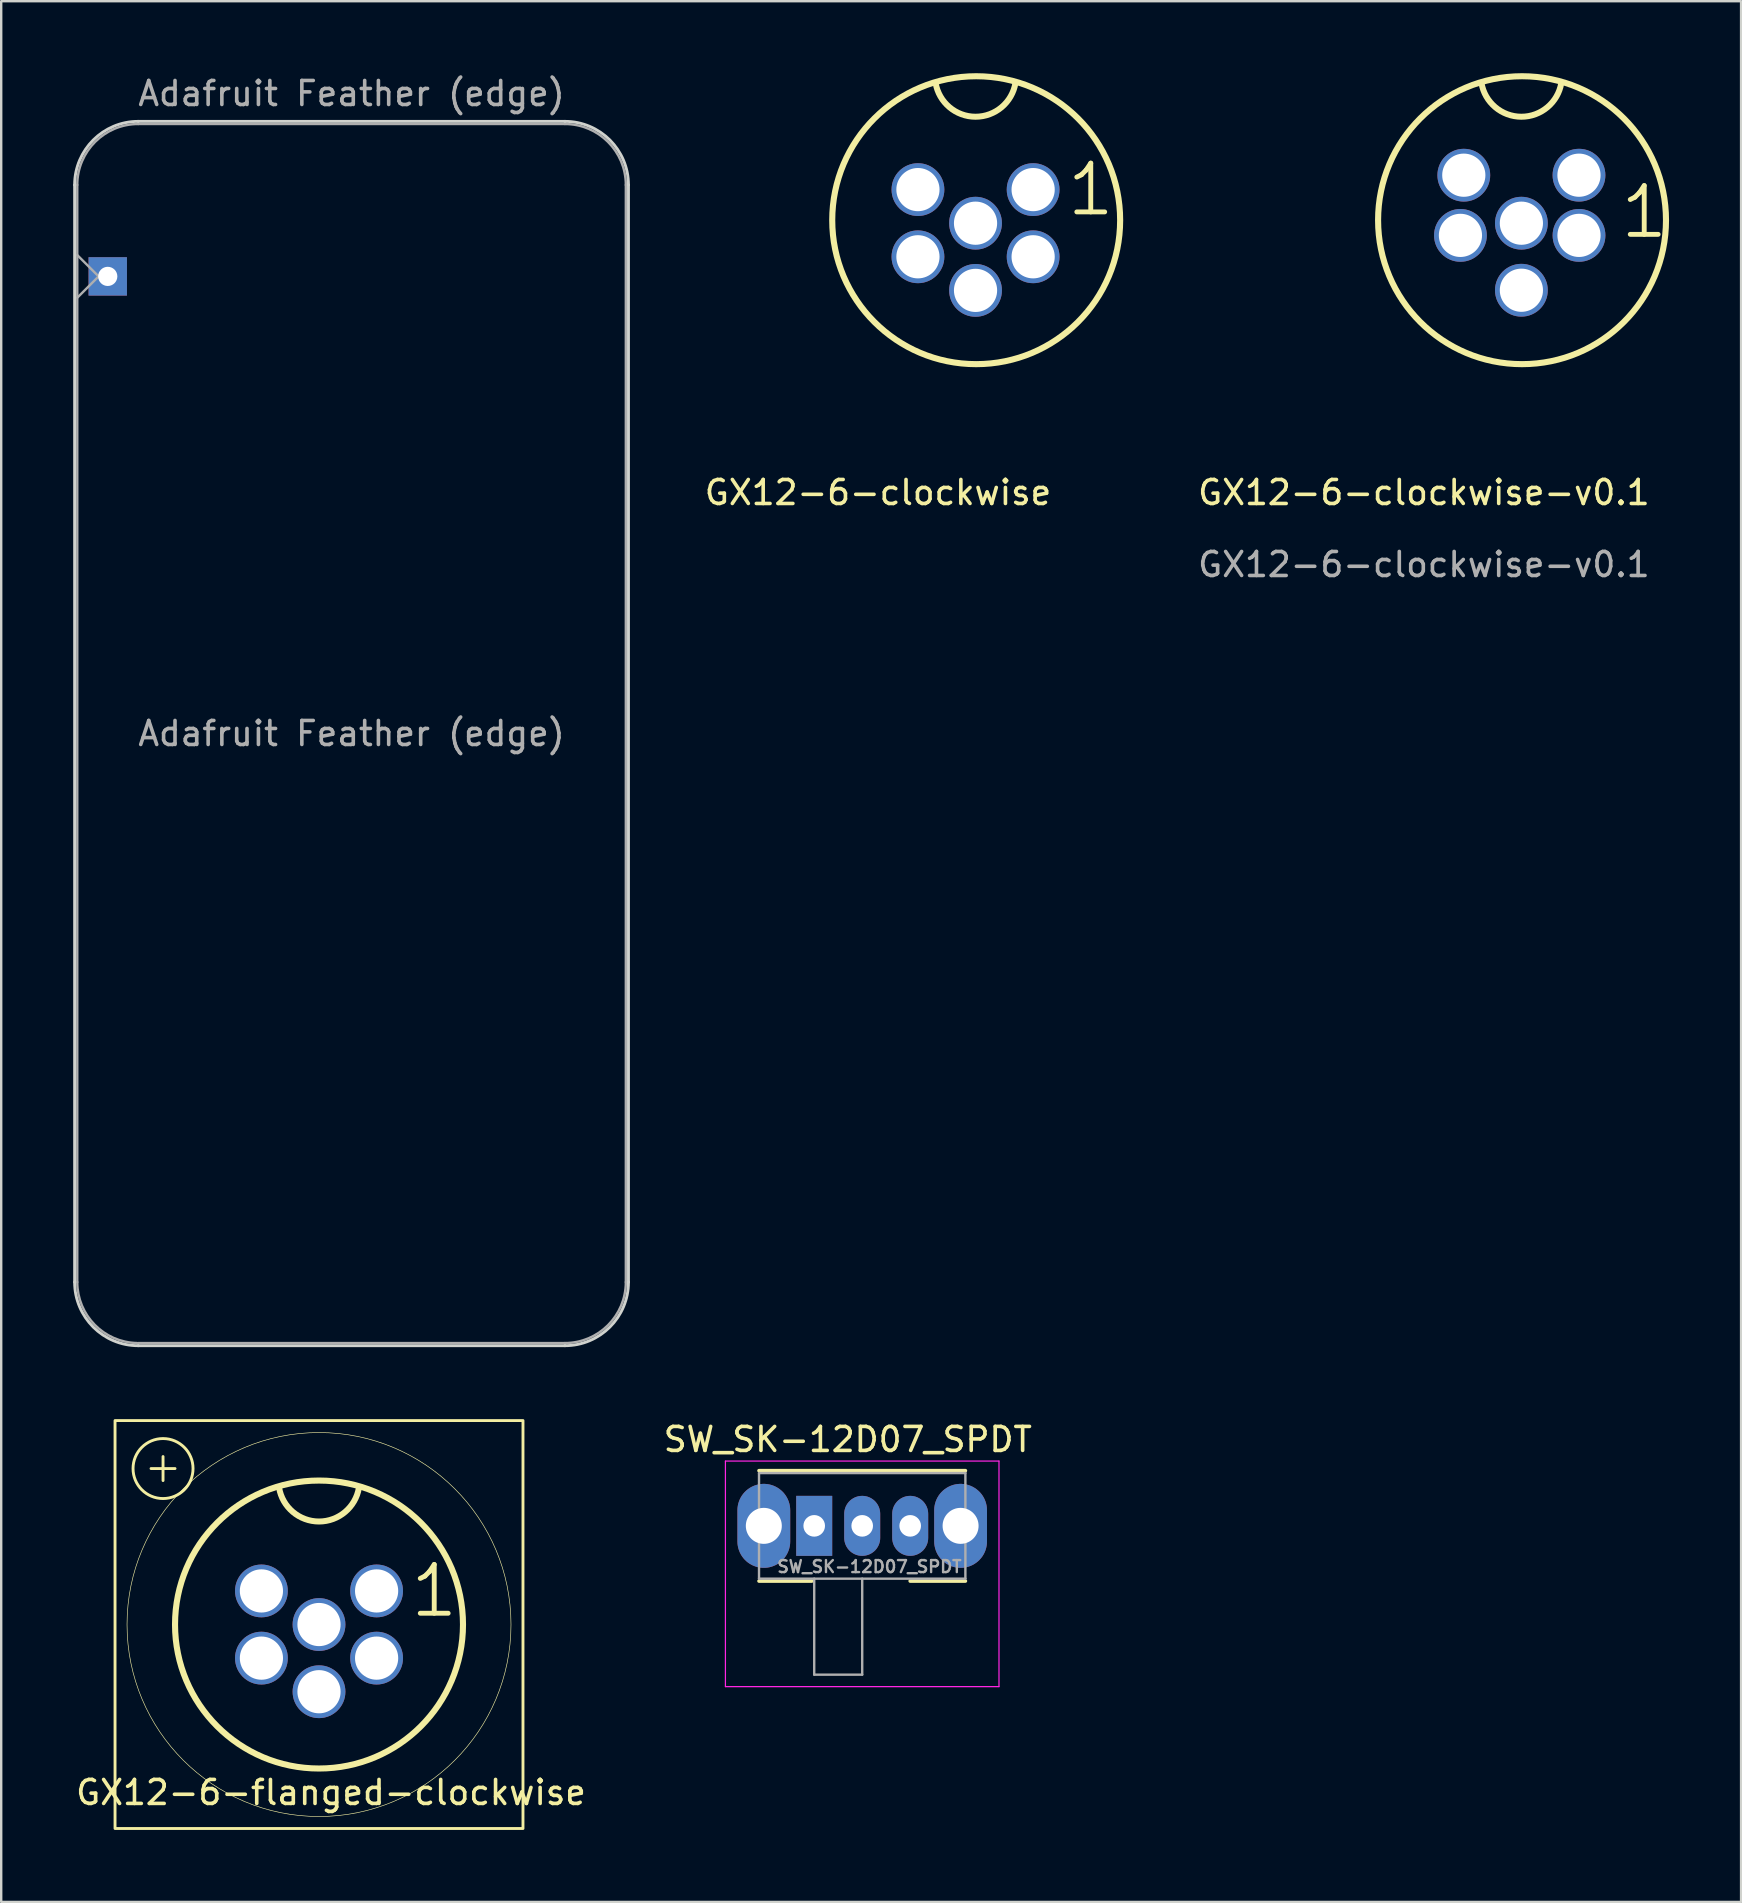
<source format=kicad_pcb>
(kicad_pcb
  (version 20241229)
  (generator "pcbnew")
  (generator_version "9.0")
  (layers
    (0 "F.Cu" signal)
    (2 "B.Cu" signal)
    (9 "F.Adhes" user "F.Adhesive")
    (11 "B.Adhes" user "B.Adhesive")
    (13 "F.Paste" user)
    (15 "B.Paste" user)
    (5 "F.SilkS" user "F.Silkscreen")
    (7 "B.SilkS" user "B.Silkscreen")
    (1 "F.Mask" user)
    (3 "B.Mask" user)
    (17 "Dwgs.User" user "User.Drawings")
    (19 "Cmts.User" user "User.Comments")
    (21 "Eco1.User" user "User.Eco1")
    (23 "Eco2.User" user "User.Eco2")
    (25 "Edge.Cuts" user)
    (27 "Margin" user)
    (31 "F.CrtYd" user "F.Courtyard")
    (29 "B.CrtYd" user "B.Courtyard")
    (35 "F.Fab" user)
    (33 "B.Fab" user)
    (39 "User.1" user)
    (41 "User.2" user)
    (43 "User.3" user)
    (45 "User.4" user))
  (footprint "GX12-6-clockwise"
    (layer "F.Cu")
    (at 37.603 6.251)
    (property "Reference" "GX12-6-clockwise" (at -4.064 11.224 0) (unlocked yes) (layer "F.SilkS") (effects (font (size 1 1) (thickness 0.15))))
    (fp_arc (start 1.663 -5.842) (mid -0.001362 -4.436427) (end -1.663452 -5.844687) (stroke (width 0.25) (type solid)) (layer "F.SilkS"))
    (fp_circle (center 0.027 -0.125) (end 6.026 -0.125) (stroke (width 0.254) (type solid)) (fill no) (layer "F.SilkS"))
    (fp_text user "1" (at 3.7 -1.4 0) (layer "F.SilkS") (effects (font (size 2.032 2.032) (thickness 0.203)) (justify left)))
    (pad "1" thru_hole circle (at 2.4 -1.4) (size 2.2 2.2) (drill 1.8) (layers "*.Cu" "*.Mask"))
    (pad "2" thru_hole circle (at 2.4 1.4) (size 2.2 2.2) (drill 1.8) (layers "*.Cu" "*.Mask"))
    (pad "3" thru_hole circle (at 0 2.8) (size 2.2 2.2) (drill 1.8) (layers "*.Cu" "*.Mask"))
    (pad "4" thru_hole circle (at -2.4 1.4) (size 2.2 2.2) (drill 1.8) (layers "*.Cu" "*.Mask"))
    (pad "5" thru_hole circle (at -2.4 -1.4) (size 2.2 2.2) (drill 1.8) (layers "*.Cu" "*.Mask"))
    (pad "6" thru_hole circle (at 0 0) (size 2.2 2.2) (drill 1.8) (layers "*.Cu" "*.Mask")))
  (footprint "GX12-6-clockwise-v0.1"
    (layer "F.Cu")
    (at 60.35 6.251)
    (property "Reference" "GX12-6-clockwise-v0.1" (at -4.064 11.224 0) (unlocked yes) (layer "F.SilkS") (effects (font (size 1 1) (thickness 0.15))))
    (fp_arc (start 1.663 -5.842) (mid -0.001362 -4.436427) (end -1.663452 -5.844687) (stroke (width 0.25) (type solid)) (layer "F.SilkS"))
    (fp_circle (center 0.027 -0.125) (end 6.026 -0.125) (stroke (width 0.254) (type solid)) (fill no) (layer "F.SilkS"))
    (fp_text user "1" (at 4.017 -0.465 0) (layer "F.SilkS") (effects (font (size 2.032 2.032) (thickness 0.203)) (justify left)))
    (fp_text user "${REFERENCE}" (at -4.064 14.224 0) (unlocked yes) (layer "F.Fab") (effects (font (size 1 1) (thickness 0.15))))
    (pad "1" thru_hole circle (at 2.4 -2) (size 2.2 2.2) (drill 1.8) (layers "*.Cu" "*.Mask"))
    (pad "2" thru_hole circle (at 2.401 0.508) (size 2.2 2.2) (drill 1.8) (layers "*.Cu" "*.Mask"))
    (pad "3" thru_hole circle (at 0 2.794) (size 2.2 2.2) (drill 1.8) (layers "*.Cu" "*.Mask"))
    (pad "4" thru_hole circle (at -2.54 0.508) (size 2.2 2.2) (drill 1.8) (layers "*.Cu" "*.Mask"))
    (pad "5" thru_hole circle (at -2.4 -2) (size 2.2 2.2) (drill 1.8) (layers "*.Cu" "*.Mask"))
    (pad "6" thru_hole circle (at 0 0) (size 2.2 2.2) (drill 1.8) (layers "*.Cu" "*.Mask")))
  (footprint "GX12-6-flanged-clockwise"
    (layer "F.Cu")
    (at 10.244 64.648)
    (property "Reference" "GX12-6-flanged-clockwise" (at 0.5 7 0) (unlocked yes) (layer "F.SilkS") (effects (font (size 1 1) (thickness 0.15))))
    (fp_line (start -6.5 -6.5) (end -7 -6.5) (stroke (width 0.12) (type solid)) (layer "F.SilkS"))
    (fp_line (start -6.5 -6.5) (end -6.5 -7) (stroke (width 0.12) (type solid)) (layer "F.SilkS"))
    (fp_line (start -6.5 -6.5) (end -6.5 -6) (stroke (width 0.12) (type solid)) (layer "F.SilkS"))
    (fp_line (start -6.5 -6.5) (end -6 -6.5) (stroke (width 0.12) (type solid)) (layer "F.SilkS"))
    (fp_rect (start -8.5 -8.5) (end 8.5 8.5) (stroke (width 0.12) (type solid)) (fill no) (layer "F.SilkS"))
    (fp_arc (start 1.663 -5.7) (mid -0.000226 -4.293083) (end -1.663452 -5.7) (stroke (width 0.25) (type solid)) (layer "F.SilkS"))
    (fp_circle (center -6.5 -6.5) (end -5.25 -6.5) (stroke (width 0.12) (type solid)) (fill no) (layer "F.SilkS"))
    (fp_circle (center 0 0) (end 6 0) (stroke (width 0.254) (type solid)) (fill no) (layer "F.SilkS"))
    (fp_circle (center 0 0) (end 8 0) (stroke (width 0.025) (type solid)) (fill no) (layer "F.SilkS"))
    (fp_text user "1" (at 3.7 -1.4 0) (layer "F.SilkS") (effects (font (size 2.032 2.032) (thickness 0.203)) (justify left)))
    (pad "1" thru_hole circle (at 2.4 -1.4) (size 2.2 2.2) (drill 1.8) (layers "*.Cu" "*.Mask"))
    (pad "2" thru_hole circle (at 2.4 1.4) (size 2.2 2.2) (drill 1.8) (layers "*.Cu" "*.Mask"))
    (pad "3" thru_hole circle (at 0 2.8) (size 2.2 2.2) (drill 1.8) (layers "*.Cu" "*.Mask"))
    (pad "4" thru_hole circle (at -2.4 1.4) (size 2.2 2.2) (drill 1.8) (layers "*.Cu" "*.Mask"))
    (pad "5" thru_hole circle (at -2.4 -1.4) (size 2.2 2.2) (drill 1.8) (layers "*.Cu" "*.Mask"))
    (pad "6" thru_hole circle (at 0 0) (size 2.2 2.2) (drill 1.8) (layers "*.Cu" "*.Mask")))
  (footprint "Adafruit Feather (edge)"
    (layer "F.Cu")
    (at 1.44 8.468)
    (property "Reference" "Adafruit Feather (edge)" (at 10.16 -7.62 0) (layer "F.Fab") (effects (font (size 1 1) (thickness 0.15))))
    (attr through_hole)
    (fp_line (start -1.38 -3.81) (end -1.38 41.91) (stroke (width 0.12) (type solid)) (layer "Edge.Cuts"))
    (fp_line (start 19.05 -6.46) (end 1.27 -6.46) (stroke (width 0.12) (type solid)) (layer "Edge.Cuts"))
    (fp_line (start 19.05 44.56) (end 1.27 44.56) (stroke (width 0.12) (type solid)) (layer "Edge.Cuts"))
    (fp_line (start 21.7 -3.81) (end 21.7 41.91) (stroke (width 0.12) (type solid)) (layer "Edge.Cuts"))
    (fp_arc (start -1.38 -3.81) (mid -0.603833 -5.683833) (end 1.27 -6.46) (stroke (width 0.12) (type solid)) (layer "Edge.Cuts"))
    (fp_arc (start 1.27 44.56) (mid -0.603833 43.783833) (end -1.38 41.91) (stroke (width 0.12) (type solid)) (layer "Edge.Cuts"))
    (fp_arc (start 19.05 -6.46) (mid 20.923833 -5.683833) (end 21.7 -3.81) (stroke (width 0.12) (type solid)) (layer "Edge.Cuts"))
    (fp_arc (start 21.7 41.91) (mid 20.923833 43.783833) (end 19.05 44.56) (stroke (width 0.12) (type solid)) (layer "Edge.Cuts"))
    (fp_line (start -1.27 -3.81) (end -1.27 41.91) (stroke (width 0.1) (type solid)) (layer "F.Fab"))
    (fp_line (start -1.27 -0.889) (end -0.381 0) (stroke (width 0.1) (type solid)) (layer "F.Fab"))
    (fp_line (start -0.381 0) (end -1.27 0.889) (stroke (width 0.1) (type solid)) (layer "F.Fab"))
    (fp_line (start 1.27 44.45) (end 19.05 44.45) (stroke (width 0.1) (type solid)) (layer "F.Fab"))
    (fp_line (start 19.05 -6.35) (end 1.27 -6.35) (stroke (width 0.1) (type solid)) (layer "F.Fab"))
    (fp_line (start 21.59 41.91) (end 21.59 -3.81) (stroke (width 0.1) (type solid)) (layer "F.Fab"))
    (fp_arc (start -1.27 -3.81) (mid -0.526051 -5.606051) (end 1.27 -6.35) (stroke (width 0.1) (type solid)) (layer "F.Fab"))
    (fp_arc (start 1.221238 44.449532) (mid -0.543209 43.688728) (end -1.27 41.91) (stroke (width 0.1) (type solid)) (layer "F.Fab"))
    (fp_arc (start 19.05 -6.35) (mid 20.846051 -5.606051) (end 21.59 -3.81) (stroke (width 0.1) (type solid)) (layer "F.Fab"))
    (fp_arc (start 21.59 41.91) (mid 20.846051 43.706051) (end 19.05 44.45) (stroke (width 0.1) (type solid)) (layer "F.Fab"))
    (fp_text user "${REFERENCE}" (at 10.16 19.05 180) (layer "F.Fab") (effects (font (size 1 1) (thickness 0.15))))
    (pad "" thru_hole rect (at 0 0 180) (size 1.6 1.6) (drill 0.8) (layers "*.Mask")))
  (footprint "SW_SK-12D07_SPDT"
    (layer "F.Cu")
    (at 30.88 60.536)
    (property "Reference" "SW_SK-12D07_SPDT" (at 1.4 -3.6 0) (layer "F.SilkS") (effects (font (size 1 1) (thickness 0.15))))
    (attr through_hole)
    (fp_line (start -2.3 -2.3) (end 6.3 -2.3) (stroke (width 0.15) (type solid)) (layer "F.SilkS"))
    (fp_line (start -2.3 2.3) (end -0.1 2.3) (stroke (width 0.15) (type solid)) (layer "F.SilkS"))
    (fp_line (start 4 2.3) (end 6.3 2.3) (stroke (width 0.15) (type solid)) (layer "F.SilkS"))
    (fp_line (start -3.7 -2.7) (end 7.7 -2.7) (stroke (width 0.05) (type solid)) (layer "F.CrtYd"))
    (fp_line (start -3.7 6.7) (end -3.7 -2.7) (stroke (width 0.05) (type solid)) (layer "F.CrtYd"))
    (fp_line (start 7.7 -2.7) (end 7.7 6.7) (stroke (width 0.05) (type solid)) (layer "F.CrtYd"))
    (fp_line (start 7.7 6.7) (end -3.7 6.7) (stroke (width 0.05) (type solid)) (layer "F.CrtYd"))
    (fp_line (start -2.3 -2.2) (end -2.3 2.2) (stroke (width 0.1) (type solid)) (layer "F.Fab"))
    (fp_line (start -2.3 -2.2) (end 6.3 -2.2) (stroke (width 0.1) (type solid)) (layer "F.Fab"))
    (fp_line (start -2.3 2.2) (end 6.3 2.2) (stroke (width 0.1) (type solid)) (layer "F.Fab"))
    (fp_line (start 0 6.2) (end 0 2.2) (stroke (width 0.1) (type solid)) (layer "F.Fab"))
    (fp_line (start 2 2.2) (end 2 6.2) (stroke (width 0.1) (type solid)) (layer "F.Fab"))
    (fp_line (start 2 6.2) (end 0 6.2) (stroke (width 0.1) (type solid)) (layer "F.Fab"))
    (fp_line (start 6.3 2.2) (end 6.3 -2.2) (stroke (width 0.1) (type solid)) (layer "F.Fab"))
    (fp_text user "${REFERENCE}" (at 2.3 1.7 0) (layer "F.Fab") (effects (font (size 0.5 0.5) (thickness 0.1))))
    (pad "" thru_hole oval (at -2.1 0) (size 2.2 3.5) (drill 1.5) (layers "*.Cu" "*.Mask"))
    (pad "" thru_hole oval (at 6.1 0) (size 2.2 3.5) (drill 1.5) (layers "*.Cu" "*.Mask"))
    (pad "1" thru_hole rect (at 0 0) (size 1.5 2.5) (drill 0.9) (layers "*.Cu" "*.Mask"))
    (pad "2" thru_hole oval (at 2 0) (size 1.5 2.5) (drill 0.9) (layers "*.Cu" "*.Mask"))
    (pad "3" thru_hole oval (at 4 0) (size 1.5 2.5) (drill 0.9) (layers "*.Cu" "*.Mask")))
  (gr_rect
    (start -3 -3)
    (end 69.505 76.208)
    (stroke (width 0.1) (type default))
    (fill no)
    (layer "Edge.Cuts")))
</source>
